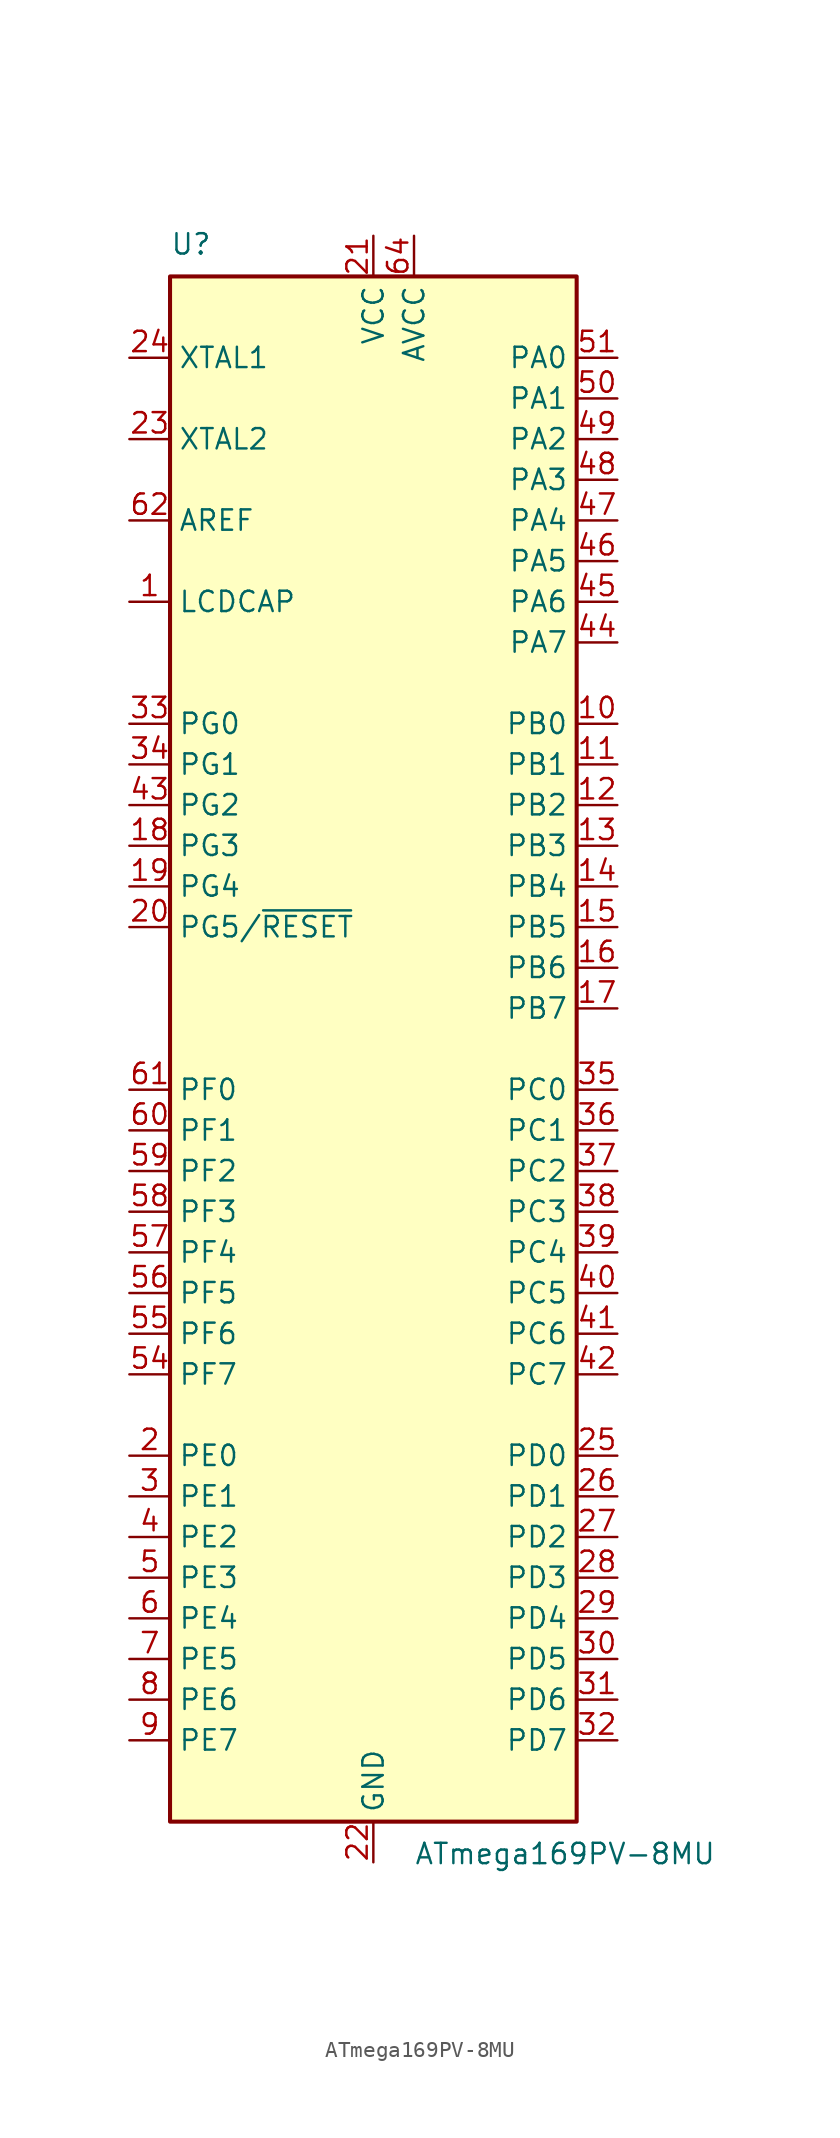
<source format=kicad_sym>
(kicad_symbol_lib
  (version 20201005)
  (generator kicad_symbol_editor)
  (symbol "ATmega169PV-8MU"
    (property "Reference" "U"
      (at -12.7 49.53 0)
      (effects (font (size 1.27 1.27)) (justify left bottom)))
    (property "Value" "ATmega169PV-8MU"
      (at 2.54 -49.53 0)
      (effects (font (size 1.27 1.27)) (justify left top)))
    (symbol "ATmega169PV-8MU_0_1"
      (rectangle (start -12.7 -48.26) (end 12.7 48.26) (stroke (width 0.254)) (fill (type background))))
    (symbol "ATmega169PV-8MU_1_1"
      (pin passive line (at -15.24 27.94 0) (length 2.54) (name "LCDCAP" (effects (font (size 1.27 1.27)))) (number "1" (effects (font (size 1.27 1.27)))))
      (pin tri_state line (at 15.24 20.32 180) (length 2.54) (name "PB0" (effects (font (size 1.27 1.27)))) (number "10" (effects (font (size 1.27 1.27)))))
      (pin tri_state line (at 15.24 17.78 180) (length 2.54) (name "PB1" (effects (font (size 1.27 1.27)))) (number "11" (effects (font (size 1.27 1.27)))))
      (pin tri_state line (at 15.24 15.24 180) (length 2.54) (name "PB2" (effects (font (size 1.27 1.27)))) (number "12" (effects (font (size 1.27 1.27)))))
      (pin tri_state line (at 15.24 12.7 180) (length 2.54) (name "PB3" (effects (font (size 1.27 1.27)))) (number "13" (effects (font (size 1.27 1.27)))))
      (pin tri_state line (at 15.24 10.16 180) (length 2.54) (name "PB4" (effects (font (size 1.27 1.27)))) (number "14" (effects (font (size 1.27 1.27)))))
      (pin tri_state line (at 15.24 7.62 180) (length 2.54) (name "PB5" (effects (font (size 1.27 1.27)))) (number "15" (effects (font (size 1.27 1.27)))))
      (pin tri_state line (at 15.24 5.08 180) (length 2.54) (name "PB6" (effects (font (size 1.27 1.27)))) (number "16" (effects (font (size 1.27 1.27)))))
      (pin tri_state line (at 15.24 2.54 180) (length 2.54) (name "PB7" (effects (font (size 1.27 1.27)))) (number "17" (effects (font (size 1.27 1.27)))))
      (pin tri_state line (at -15.24 12.7 0) (length 2.54) (name "PG3" (effects (font (size 1.27 1.27)))) (number "18" (effects (font (size 1.27 1.27)))))
      (pin tri_state line (at -15.24 10.16 0) (length 2.54) (name "PG4" (effects (font (size 1.27 1.27)))) (number "19" (effects (font (size 1.27 1.27)))))
      (pin tri_state line (at -15.24 -25.4 0) (length 2.54) (name "PE0" (effects (font (size 1.27 1.27)))) (number "2" (effects (font (size 1.27 1.27)))))
      (pin tri_state line (at -15.24 7.62 0) (length 2.54) (name "PG5/~RESET" (effects (font (size 1.27 1.27)))) (number "20" (effects (font (size 1.27 1.27)))))
      (pin power_in line (at 0 50.8 270) (length 2.54) (name "VCC" (effects (font (size 1.27 1.27)))) (number "21" (effects (font (size 1.27 1.27)))))
      (pin power_in line (at 0 -50.8 90) (length 2.54) (name "GND" (effects (font (size 1.27 1.27)))) (number "22" (effects (font (size 1.27 1.27)))))
      (pin output line (at -15.24 38.1 0) (length 2.54) (name "XTAL2" (effects (font (size 1.27 1.27)))) (number "23" (effects (font (size 1.27 1.27)))))
      (pin input line (at -15.24 43.18 0) (length 2.54) (name "XTAL1" (effects (font (size 1.27 1.27)))) (number "24" (effects (font (size 1.27 1.27)))))
      (pin tri_state line (at 15.24 -25.4 180) (length 2.54) (name "PD0" (effects (font (size 1.27 1.27)))) (number "25" (effects (font (size 1.27 1.27)))))
      (pin tri_state line (at 15.24 -27.94 180) (length 2.54) (name "PD1" (effects (font (size 1.27 1.27)))) (number "26" (effects (font (size 1.27 1.27)))))
      (pin tri_state line (at 15.24 -30.48 180) (length 2.54) (name "PD2" (effects (font (size 1.27 1.27)))) (number "27" (effects (font (size 1.27 1.27)))))
      (pin tri_state line (at 15.24 -33.02 180) (length 2.54) (name "PD3" (effects (font (size 1.27 1.27)))) (number "28" (effects (font (size 1.27 1.27)))))
      (pin tri_state line (at 15.24 -35.56 180) (length 2.54) (name "PD4" (effects (font (size 1.27 1.27)))) (number "29" (effects (font (size 1.27 1.27)))))
      (pin tri_state line (at -15.24 -27.94 0) (length 2.54) (name "PE1" (effects (font (size 1.27 1.27)))) (number "3" (effects (font (size 1.27 1.27)))))
      (pin tri_state line (at 15.24 -38.1 180) (length 2.54) (name "PD5" (effects (font (size 1.27 1.27)))) (number "30" (effects (font (size 1.27 1.27)))))
      (pin tri_state line (at 15.24 -40.64 180) (length 2.54) (name "PD6" (effects (font (size 1.27 1.27)))) (number "31" (effects (font (size 1.27 1.27)))))
      (pin tri_state line (at 15.24 -43.18 180) (length 2.54) (name "PD7" (effects (font (size 1.27 1.27)))) (number "32" (effects (font (size 1.27 1.27)))))
      (pin tri_state line (at -15.24 20.32 0) (length 2.54) (name "PG0" (effects (font (size 1.27 1.27)))) (number "33" (effects (font (size 1.27 1.27)))))
      (pin tri_state line (at -15.24 17.78 0) (length 2.54) (name "PG1" (effects (font (size 1.27 1.27)))) (number "34" (effects (font (size 1.27 1.27)))))
      (pin tri_state line (at 15.24 -2.54 180) (length 2.54) (name "PC0" (effects (font (size 1.27 1.27)))) (number "35" (effects (font (size 1.27 1.27)))))
      (pin tri_state line (at 15.24 -5.08 180) (length 2.54) (name "PC1" (effects (font (size 1.27 1.27)))) (number "36" (effects (font (size 1.27 1.27)))))
      (pin tri_state line (at 15.24 -7.62 180) (length 2.54) (name "PC2" (effects (font (size 1.27 1.27)))) (number "37" (effects (font (size 1.27 1.27)))))
      (pin tri_state line (at 15.24 -10.16 180) (length 2.54) (name "PC3" (effects (font (size 1.27 1.27)))) (number "38" (effects (font (size 1.27 1.27)))))
      (pin tri_state line (at 15.24 -12.7 180) (length 2.54) (name "PC4" (effects (font (size 1.27 1.27)))) (number "39" (effects (font (size 1.27 1.27)))))
      (pin tri_state line (at -15.24 -30.48 0) (length 2.54) (name "PE2" (effects (font (size 1.27 1.27)))) (number "4" (effects (font (size 1.27 1.27)))))
      (pin tri_state line (at 15.24 -15.24 180) (length 2.54) (name "PC5" (effects (font (size 1.27 1.27)))) (number "40" (effects (font (size 1.27 1.27)))))
      (pin tri_state line (at 15.24 -17.78 180) (length 2.54) (name "PC6" (effects (font (size 1.27 1.27)))) (number "41" (effects (font (size 1.27 1.27)))))
      (pin tri_state line (at 15.24 -20.32 180) (length 2.54) (name "PC7" (effects (font (size 1.27 1.27)))) (number "42" (effects (font (size 1.27 1.27)))))
      (pin tri_state line (at -15.24 15.24 0) (length 2.54) (name "PG2" (effects (font (size 1.27 1.27)))) (number "43" (effects (font (size 1.27 1.27)))))
      (pin tri_state line (at 15.24 25.4 180) (length 2.54) (name "PA7" (effects (font (size 1.27 1.27)))) (number "44" (effects (font (size 1.27 1.27)))))
      (pin tri_state line (at 15.24 27.94 180) (length 2.54) (name "PA6" (effects (font (size 1.27 1.27)))) (number "45" (effects (font (size 1.27 1.27)))))
      (pin tri_state line (at 15.24 30.48 180) (length 2.54) (name "PA5" (effects (font (size 1.27 1.27)))) (number "46" (effects (font (size 1.27 1.27)))))
      (pin tri_state line (at 15.24 33.02 180) (length 2.54) (name "PA4" (effects (font (size 1.27 1.27)))) (number "47" (effects (font (size 1.27 1.27)))))
      (pin tri_state line (at 15.24 35.56 180) (length 2.54) (name "PA3" (effects (font (size 1.27 1.27)))) (number "48" (effects (font (size 1.27 1.27)))))
      (pin tri_state line (at 15.24 38.1 180) (length 2.54) (name "PA2" (effects (font (size 1.27 1.27)))) (number "49" (effects (font (size 1.27 1.27)))))
      (pin tri_state line (at -15.24 -33.02 0) (length 2.54) (name "PE3" (effects (font (size 1.27 1.27)))) (number "5" (effects (font (size 1.27 1.27)))))
      (pin tri_state line (at 15.24 40.64 180) (length 2.54) (name "PA1" (effects (font (size 1.27 1.27)))) (number "50" (effects (font (size 1.27 1.27)))))
      (pin tri_state line (at 15.24 43.18 180) (length 2.54) (name "PA0" (effects (font (size 1.27 1.27)))) (number "51" (effects (font (size 1.27 1.27)))))
      (pin passive line (at 0 50.8 270) (length 2.54) hide (name "VCC" (effects (font (size 1.27 1.27)))) (number "52" (effects (font (size 1.27 1.27)))))
      (pin passive line (at 0 -50.8 90) (length 2.54) hide (name "GND" (effects (font (size 1.27 1.27)))) (number "53" (effects (font (size 1.27 1.27)))))
      (pin tri_state line (at -15.24 -20.32 0) (length 2.54) (name "PF7" (effects (font (size 1.27 1.27)))) (number "54" (effects (font (size 1.27 1.27)))))
      (pin tri_state line (at -15.24 -17.78 0) (length 2.54) (name "PF6" (effects (font (size 1.27 1.27)))) (number "55" (effects (font (size 1.27 1.27)))))
      (pin tri_state line (at -15.24 -15.24 0) (length 2.54) (name "PF5" (effects (font (size 1.27 1.27)))) (number "56" (effects (font (size 1.27 1.27)))))
      (pin tri_state line (at -15.24 -12.7 0) (length 2.54) (name "PF4" (effects (font (size 1.27 1.27)))) (number "57" (effects (font (size 1.27 1.27)))))
      (pin tri_state line (at -15.24 -10.16 0) (length 2.54) (name "PF3" (effects (font (size 1.27 1.27)))) (number "58" (effects (font (size 1.27 1.27)))))
      (pin tri_state line (at -15.24 -7.62 0) (length 2.54) (name "PF2" (effects (font (size 1.27 1.27)))) (number "59" (effects (font (size 1.27 1.27)))))
      (pin tri_state line (at -15.24 -35.56 0) (length 2.54) (name "PE4" (effects (font (size 1.27 1.27)))) (number "6" (effects (font (size 1.27 1.27)))))
      (pin tri_state line (at -15.24 -5.08 0) (length 2.54) (name "PF1" (effects (font (size 1.27 1.27)))) (number "60" (effects (font (size 1.27 1.27)))))
      (pin tri_state line (at -15.24 -2.54 0) (length 2.54) (name "PF0" (effects (font (size 1.27 1.27)))) (number "61" (effects (font (size 1.27 1.27)))))
      (pin passive line (at -15.24 33.02 0) (length 2.54) (name "AREF" (effects (font (size 1.27 1.27)))) (number "62" (effects (font (size 1.27 1.27)))))
      (pin passive line (at 0 -50.8 90) (length 2.54) hide (name "GND" (effects (font (size 1.27 1.27)))) (number "63" (effects (font (size 1.27 1.27)))))
      (pin power_in line (at 2.54 50.8 270) (length 2.54) (name "AVCC" (effects (font (size 1.27 1.27)))) (number "64" (effects (font (size 1.27 1.27)))))
      (pin passive line (at 0 -50.8 90) (length 2.54) hide (name "GND" (effects (font (size 1.27 1.27)))) (number "65" (effects (font (size 1.27 1.27)))))
      (pin tri_state line (at -15.24 -38.1 0) (length 2.54) (name "PE5" (effects (font (size 1.27 1.27)))) (number "7" (effects (font (size 1.27 1.27)))))
      (pin tri_state line (at -15.24 -40.64 0) (length 2.54) (name "PE6" (effects (font (size 1.27 1.27)))) (number "8" (effects (font (size 1.27 1.27)))))
      (pin tri_state line (at -15.24 -43.18 0) (length 2.54) (name "PE7" (effects (font (size 1.27 1.27)))) (number "9" (effects (font (size 1.27 1.27))))))))
</source>
